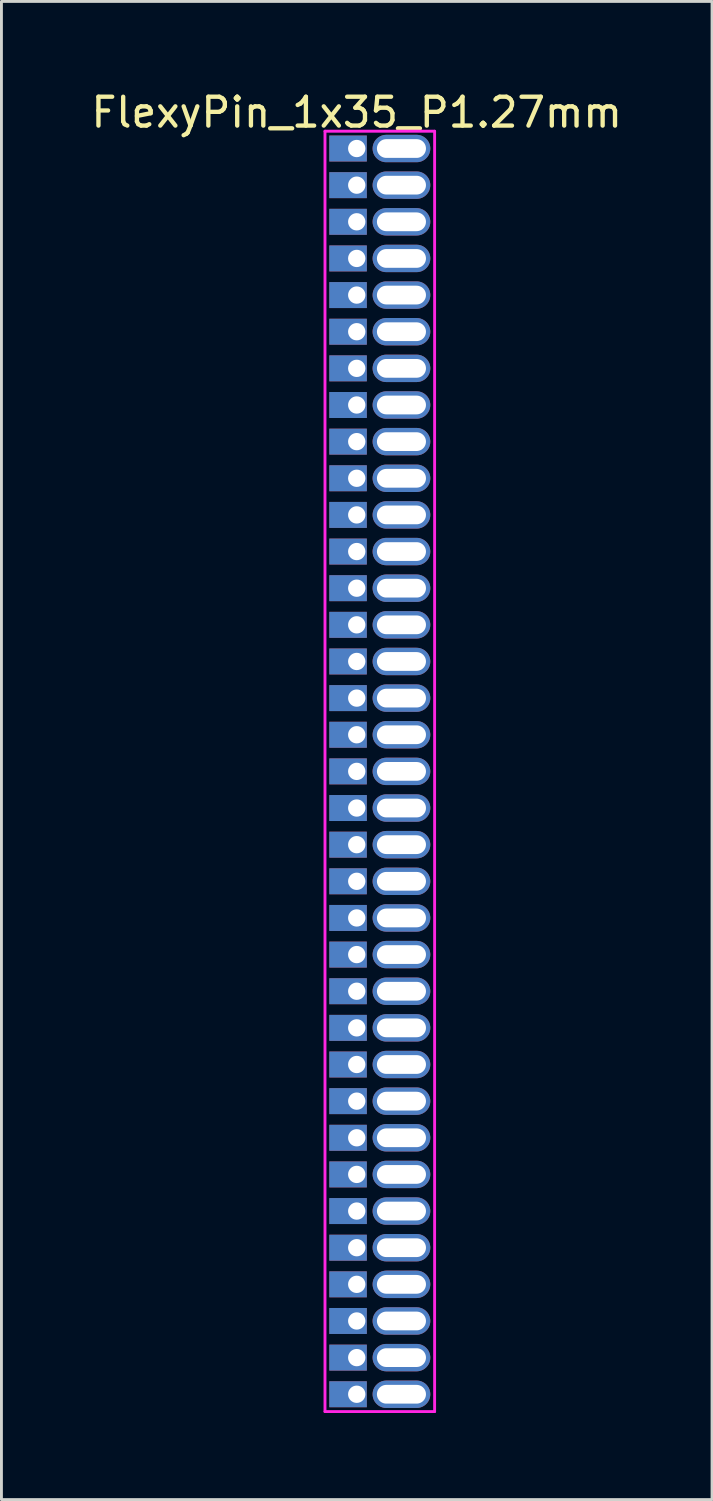
<source format=kicad_pcb>
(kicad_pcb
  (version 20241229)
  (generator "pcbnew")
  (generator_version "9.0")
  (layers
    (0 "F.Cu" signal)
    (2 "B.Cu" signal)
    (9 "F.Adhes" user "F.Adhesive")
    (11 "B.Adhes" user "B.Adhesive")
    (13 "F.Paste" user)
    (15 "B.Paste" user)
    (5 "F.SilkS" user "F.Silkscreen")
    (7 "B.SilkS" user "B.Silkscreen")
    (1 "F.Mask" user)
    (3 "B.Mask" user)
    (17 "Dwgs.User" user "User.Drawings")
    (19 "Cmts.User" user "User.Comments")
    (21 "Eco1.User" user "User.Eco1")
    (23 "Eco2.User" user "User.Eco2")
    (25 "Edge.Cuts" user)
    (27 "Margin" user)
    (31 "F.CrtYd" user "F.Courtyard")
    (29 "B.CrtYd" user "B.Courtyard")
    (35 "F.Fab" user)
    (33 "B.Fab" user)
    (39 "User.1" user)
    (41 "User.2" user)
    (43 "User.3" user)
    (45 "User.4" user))
  (footprint "FlexyPin_1x35_P1.27mm"
    (layer "F.Cu")
    (at 9.315 2.098)
    (property "Reference" "FlexyPin_1x35_P1.27mm" (at 0 -1.25 0) (layer "F.SilkS") (effects (font (size 1 1) (thickness 0.15))))
    (attr through_hole)
    (fp_line (start -1.1 -0.6) (end 2.7 -0.6) (stroke (width 0.1) (type solid)) (layer "F.CrtYd"))
    (fp_line (start -1.1 43.78) (end -1.1 -0.6) (stroke (width 0.1) (type solid)) (layer "F.CrtYd"))
    (fp_line (start 2.7 -0.6) (end 2.7 43.78) (stroke (width 0.1) (type solid)) (layer "F.CrtYd"))
    (fp_line (start 2.7 43.78) (end -1.1 43.78) (stroke (width 0.1) (type solid)) (layer "F.CrtYd"))
    (pad "" thru_hole oval (at 1.55 0) (size 2 0.95) (drill oval 1.7 0.65) (layers "*.Cu" "*.Mask"))
    (pad "" thru_hole oval (at 1.55 1.27) (size 2 0.95) (drill oval 1.7 0.65) (layers "*.Cu" "*.Mask"))
    (pad "" thru_hole oval (at 1.55 2.54) (size 2 0.95) (drill oval 1.7 0.65) (layers "*.Cu" "*.Mask"))
    (pad "" thru_hole oval (at 1.55 3.81) (size 2 0.95) (drill oval 1.7 0.65) (layers "*.Cu" "*.Mask"))
    (pad "" thru_hole oval (at 1.55 5.08) (size 2 0.95) (drill oval 1.7 0.65) (layers "*.Cu" "*.Mask"))
    (pad "" thru_hole oval (at 1.55 6.35) (size 2 0.95) (drill oval 1.7 0.65) (layers "*.Cu" "*.Mask"))
    (pad "" thru_hole oval (at 1.55 7.62) (size 2 0.95) (drill oval 1.7 0.65) (layers "*.Cu" "*.Mask"))
    (pad "" thru_hole oval (at 1.55 8.89) (size 2 0.95) (drill oval 1.7 0.65) (layers "*.Cu" "*.Mask"))
    (pad "" thru_hole oval (at 1.55 10.16) (size 2 0.95) (drill oval 1.7 0.65) (layers "*.Cu" "*.Mask"))
    (pad "" thru_hole oval (at 1.55 11.43) (size 2 0.95) (drill oval 1.7 0.65) (layers "*.Cu" "*.Mask"))
    (pad "" thru_hole oval (at 1.55 12.7) (size 2 0.95) (drill oval 1.7 0.65) (layers "*.Cu" "*.Mask"))
    (pad "" thru_hole oval (at 1.55 13.97) (size 2 0.95) (drill oval 1.7 0.65) (layers "*.Cu" "*.Mask"))
    (pad "" thru_hole oval (at 1.55 15.24) (size 2 0.95) (drill oval 1.7 0.65) (layers "*.Cu" "*.Mask"))
    (pad "" thru_hole oval (at 1.55 16.51) (size 2 0.95) (drill oval 1.7 0.65) (layers "*.Cu" "*.Mask"))
    (pad "" thru_hole oval (at 1.55 17.78) (size 2 0.95) (drill oval 1.7 0.65) (layers "*.Cu" "*.Mask"))
    (pad "" thru_hole oval (at 1.55 19.05) (size 2 0.95) (drill oval 1.7 0.65) (layers "*.Cu" "*.Mask"))
    (pad "" thru_hole oval (at 1.55 20.32) (size 2 0.95) (drill oval 1.7 0.65) (layers "*.Cu" "*.Mask"))
    (pad "" thru_hole oval (at 1.55 21.59) (size 2 0.95) (drill oval 1.7 0.65) (layers "*.Cu" "*.Mask"))
    (pad "" thru_hole oval (at 1.55 22.86) (size 2 0.95) (drill oval 1.7 0.65) (layers "*.Cu" "*.Mask"))
    (pad "" thru_hole oval (at 1.55 24.13) (size 2 0.95) (drill oval 1.7 0.65) (layers "*.Cu" "*.Mask"))
    (pad "" thru_hole oval (at 1.55 25.4) (size 2 0.95) (drill oval 1.7 0.65) (layers "*.Cu" "*.Mask"))
    (pad "" thru_hole oval (at 1.55 26.67) (size 2 0.95) (drill oval 1.7 0.65) (layers "*.Cu" "*.Mask"))
    (pad "" thru_hole oval (at 1.55 27.94) (size 2 0.95) (drill oval 1.7 0.65) (layers "*.Cu" "*.Mask"))
    (pad "" thru_hole oval (at 1.55 29.21) (size 2 0.95) (drill oval 1.7 0.65) (layers "*.Cu" "*.Mask"))
    (pad "" thru_hole oval (at 1.55 30.48) (size 2 0.95) (drill oval 1.7 0.65) (layers "*.Cu" "*.Mask"))
    (pad "" thru_hole oval (at 1.55 31.75) (size 2 0.95) (drill oval 1.7 0.65) (layers "*.Cu" "*.Mask"))
    (pad "" thru_hole oval (at 1.55 33.02) (size 2 0.95) (drill oval 1.7 0.65) (layers "*.Cu" "*.Mask"))
    (pad "" thru_hole oval (at 1.55 34.29) (size 2 0.95) (drill oval 1.7 0.65) (layers "*.Cu" "*.Mask"))
    (pad "" thru_hole oval (at 1.55 35.56) (size 2 0.95) (drill oval 1.7 0.65) (layers "*.Cu" "*.Mask"))
    (pad "" thru_hole oval (at 1.55 36.83) (size 2 0.95) (drill oval 1.7 0.65) (layers "*.Cu" "*.Mask"))
    (pad "" thru_hole oval (at 1.55 38.1) (size 2 0.95) (drill oval 1.7 0.65) (layers "*.Cu" "*.Mask"))
    (pad "" thru_hole oval (at 1.55 39.37) (size 2 0.95) (drill oval 1.7 0.65) (layers "*.Cu" "*.Mask"))
    (pad "" thru_hole oval (at 1.55 40.64) (size 2 0.95) (drill oval 1.7 0.65) (layers "*.Cu" "*.Mask"))
    (pad "" thru_hole oval (at 1.55 41.91) (size 2 0.95) (drill oval 1.7 0.65) (layers "*.Cu" "*.Mask"))
    (pad "" thru_hole oval (at 1.55 43.18) (size 2 0.95) (drill oval 1.7 0.65) (layers "*.Cu" "*.Mask"))
    (pad "1" thru_hole rect (at 0 0) (size 1.3 0.9) (drill 0.6 (offset -0.3 0)) (layers "*.Cu" "*.Mask"))
    (pad "2" thru_hole rect (at 0 1.27) (size 1.3 0.9) (drill 0.6 (offset -0.3 0)) (layers "*.Cu" "*.Mask"))
    (pad "3" thru_hole rect (at 0 2.54) (size 1.3 0.9) (drill 0.6 (offset -0.3 0)) (layers "*.Cu" "*.Mask"))
    (pad "4" thru_hole rect (at 0 3.81) (size 1.3 0.9) (drill 0.6 (offset -0.3 0)) (layers "*.Cu" "*.Mask"))
    (pad "5" thru_hole rect (at 0 5.08) (size 1.3 0.9) (drill 0.6 (offset -0.3 0)) (layers "*.Cu" "*.Mask"))
    (pad "6" thru_hole rect (at 0 6.35) (size 1.3 0.9) (drill 0.6 (offset -0.3 0)) (layers "*.Cu" "*.Mask"))
    (pad "7" thru_hole rect (at 0 7.62) (size 1.3 0.9) (drill 0.6 (offset -0.3 0)) (layers "*.Cu" "*.Mask"))
    (pad "8" thru_hole rect (at 0 8.89) (size 1.3 0.9) (drill 0.6 (offset -0.3 0)) (layers "*.Cu" "*.Mask"))
    (pad "9" thru_hole rect (at 0 10.16) (size 1.3 0.9) (drill 0.6 (offset -0.3 0)) (layers "*.Cu" "*.Mask"))
    (pad "10" thru_hole rect (at 0 11.43) (size 1.3 0.9) (drill 0.6 (offset -0.3 0)) (layers "*.Cu" "*.Mask"))
    (pad "11" thru_hole rect (at 0 12.7) (size 1.3 0.9) (drill 0.6 (offset -0.3 0)) (layers "*.Cu" "*.Mask"))
    (pad "12" thru_hole rect (at 0 13.97) (size 1.3 0.9) (drill 0.6 (offset -0.3 0)) (layers "*.Cu" "*.Mask"))
    (pad "13" thru_hole rect (at 0 15.24) (size 1.3 0.9) (drill 0.6 (offset -0.3 0)) (layers "*.Cu" "*.Mask"))
    (pad "14" thru_hole rect (at 0 16.51) (size 1.3 0.9) (drill 0.6 (offset -0.3 0)) (layers "*.Cu" "*.Mask"))
    (pad "15" thru_hole rect (at 0 17.78) (size 1.3 0.9) (drill 0.6 (offset -0.3 0)) (layers "*.Cu" "*.Mask"))
    (pad "16" thru_hole rect (at 0 19.05) (size 1.3 0.9) (drill 0.6 (offset -0.3 0)) (layers "*.Cu" "*.Mask"))
    (pad "17" thru_hole rect (at 0 20.32) (size 1.3 0.9) (drill 0.6 (offset -0.3 0)) (layers "*.Cu" "*.Mask"))
    (pad "18" thru_hole rect (at 0 21.59) (size 1.3 0.9) (drill 0.6 (offset -0.3 0)) (layers "*.Cu" "*.Mask"))
    (pad "19" thru_hole rect (at 0 22.86) (size 1.3 0.9) (drill 0.6 (offset -0.3 0)) (layers "*.Cu" "*.Mask"))
    (pad "20" thru_hole rect (at 0 24.13) (size 1.3 0.9) (drill 0.6 (offset -0.3 0)) (layers "*.Cu" "*.Mask"))
    (pad "21" thru_hole rect (at 0 25.4) (size 1.3 0.9) (drill 0.6 (offset -0.3 0)) (layers "*.Cu" "*.Mask"))
    (pad "22" thru_hole rect (at 0 26.67) (size 1.3 0.9) (drill 0.6 (offset -0.3 0)) (layers "*.Cu" "*.Mask"))
    (pad "23" thru_hole rect (at 0 27.94) (size 1.3 0.9) (drill 0.6 (offset -0.3 0)) (layers "*.Cu" "*.Mask"))
    (pad "24" thru_hole rect (at 0 29.21) (size 1.3 0.9) (drill 0.6 (offset -0.3 0)) (layers "*.Cu" "*.Mask"))
    (pad "25" thru_hole rect (at 0 30.48) (size 1.3 0.9) (drill 0.6 (offset -0.3 0)) (layers "*.Cu" "*.Mask"))
    (pad "26" thru_hole rect (at 0 31.75) (size 1.3 0.9) (drill 0.6 (offset -0.3 0)) (layers "*.Cu" "*.Mask"))
    (pad "27" thru_hole rect (at 0 33.02) (size 1.3 0.9) (drill 0.6 (offset -0.3 0)) (layers "*.Cu" "*.Mask"))
    (pad "28" thru_hole rect (at 0 34.29) (size 1.3 0.9) (drill 0.6 (offset -0.3 0)) (layers "*.Cu" "*.Mask"))
    (pad "29" thru_hole rect (at 0 35.56) (size 1.3 0.9) (drill 0.6 (offset -0.3 0)) (layers "*.Cu" "*.Mask"))
    (pad "30" thru_hole rect (at 0 36.83) (size 1.3 0.9) (drill 0.6 (offset -0.3 0)) (layers "*.Cu" "*.Mask"))
    (pad "31" thru_hole rect (at 0 38.1) (size 1.3 0.9) (drill 0.6 (offset -0.3 0)) (layers "*.Cu" "*.Mask"))
    (pad "32" thru_hole rect (at 0 39.37) (size 1.3 0.9) (drill 0.6 (offset -0.3 0)) (layers "*.Cu" "*.Mask"))
    (pad "33" thru_hole rect (at 0 40.64) (size 1.3 0.9) (drill 0.6 (offset -0.3 0)) (layers "*.Cu" "*.Mask"))
    (pad "34" thru_hole rect (at 0 41.91) (size 1.3 0.9) (drill 0.6 (offset -0.3 0)) (layers "*.Cu" "*.Mask"))
    (pad "35" thru_hole rect (at 0 43.18) (size 1.3 0.9) (drill 0.6 (offset -0.3 0)) (layers "*.Cu" "*.Mask")))
  (gr_rect
    (start -3 -3)
    (end 21.631 48.928)
    (stroke (width 0.1) (type default))
    (fill no)
    (layer "Edge.Cuts")))
</source>
